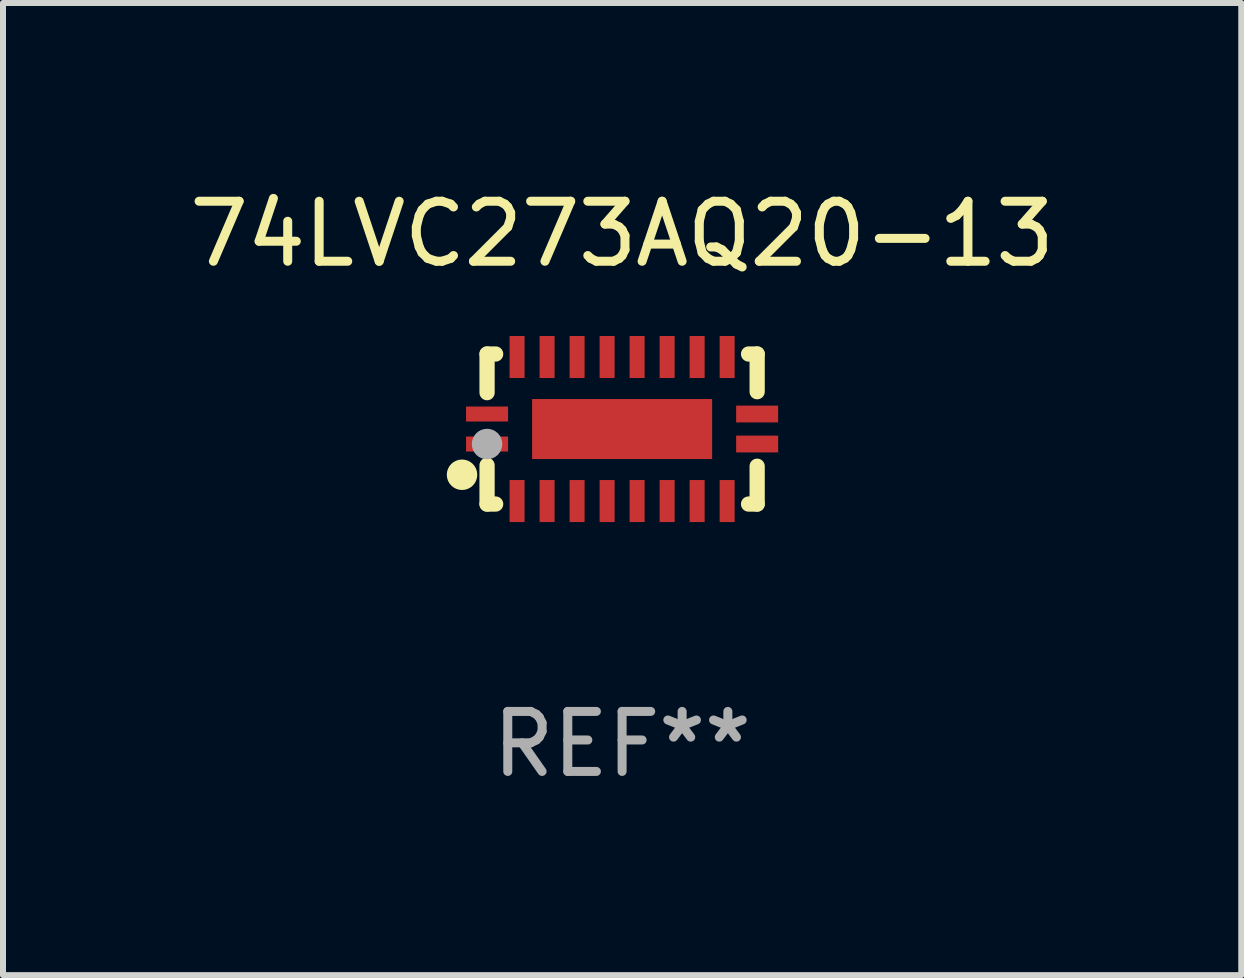
<source format=kicad_pcb>
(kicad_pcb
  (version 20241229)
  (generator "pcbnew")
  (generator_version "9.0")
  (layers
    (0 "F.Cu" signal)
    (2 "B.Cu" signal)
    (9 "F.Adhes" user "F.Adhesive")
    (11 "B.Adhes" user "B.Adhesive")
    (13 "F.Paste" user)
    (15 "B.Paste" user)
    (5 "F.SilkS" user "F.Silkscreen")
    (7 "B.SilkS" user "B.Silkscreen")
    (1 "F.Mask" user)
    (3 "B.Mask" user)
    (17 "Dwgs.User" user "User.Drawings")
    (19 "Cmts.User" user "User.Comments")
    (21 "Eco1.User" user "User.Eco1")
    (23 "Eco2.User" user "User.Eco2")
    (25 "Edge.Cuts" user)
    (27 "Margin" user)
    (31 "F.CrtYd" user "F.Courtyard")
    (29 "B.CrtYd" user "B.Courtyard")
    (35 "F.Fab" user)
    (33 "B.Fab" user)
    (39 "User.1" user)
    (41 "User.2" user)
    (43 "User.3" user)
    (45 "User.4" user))
  (footprint "74LVC273AQ20-13"
    (layer "F.Cu")
    (at 7.315 4.098)
    (property "Reference" "74LVC273AQ20-13" (at 0 -3.25 0) (layer "F.SilkS") (effects (font (size 1 1) (thickness 0.15))))
    (attr through_hole)
    (fp_line (start -2.25 0.605) (end -2.25 1.25) (stroke (width 0.254) (type solid)) (layer "F.SilkS"))
    (fp_line (start -2.25 1.25) (end -2.107 1.25) (stroke (width 0.254) (type solid)) (layer "F.SilkS"))
    (fp_line (start -2.25 -1.25) (end -2.25 -0.606) (stroke (width 0.254) (type solid)) (layer "F.SilkS"))
    (fp_line (start -2.25 -1.25) (end -2.107 -1.25) (stroke (width 0.254) (type solid)) (layer "F.SilkS"))
    (fp_line (start 2.107 -1.25) (end 2.25 -1.25) (stroke (width 0.254) (type solid)) (layer "F.SilkS"))
    (fp_line (start 2.107 1.25) (end 2.25 1.25) (stroke (width 0.254) (type solid)) (layer "F.SilkS"))
    (fp_line (start 2.25 -1.25) (end 2.25 -0.622) (stroke (width 0.254) (type solid)) (layer "F.SilkS"))
    (fp_line (start 2.25 0.62) (end 2.25 1.25) (stroke (width 0.254) (type solid)) (layer "F.SilkS"))
    (fp_circle (center -2.667 0.762) (end -2.54 0.762) (stroke (width 0.254) (type solid)) (fill no) (layer "F.SilkS"))
    (fp_circle (center -2.25 1.25) (end -2.22 1.25) (stroke (width 0.06) (type solid)) (fill no) (layer "F.SilkS"))
    (fp_circle (center -2.25 0.25) (end -2.123 0.25) (stroke (width 0.254) (type solid)) (fill no) (layer "F.Fab"))
    (fp_text user "REF**" (at 0 5.25 0) (layer "F.Fab") (effects (font (size 1 1) (thickness 0.15))))
    (pad "1" smd rect (at -2.25 0.25 180) (size 0.7 0.25) (layers "F.Cu" "F.Mask" "F.Paste"))
    (pad "2" smd rect (at -1.75 1.2 90) (size 0.7 0.25) (layers "F.Cu" "F.Mask" "F.Paste"))
    (pad "3" smd rect (at -1.25 1.2 90) (size 0.7 0.25) (layers "F.Cu" "F.Mask" "F.Paste"))
    (pad "4" smd rect (at -0.75 1.2 90) (size 0.7 0.25) (layers "F.Cu" "F.Mask" "F.Paste"))
    (pad "5" smd rect (at -0.25 1.2 90) (size 0.7 0.25) (layers "F.Cu" "F.Mask" "F.Paste"))
    (pad "6" smd rect (at 0.25 1.2 90) (size 0.7 0.25) (layers "F.Cu" "F.Mask" "F.Paste"))
    (pad "7" smd rect (at 0.75 1.2 90) (size 0.7 0.25) (layers "F.Cu" "F.Mask" "F.Paste"))
    (pad "8" smd rect (at 1.25 1.2 90) (size 0.7 0.25) (layers "F.Cu" "F.Mask" "F.Paste"))
    (pad "9" smd rect (at 1.75 1.2 90) (size 0.7 0.25) (layers "F.Cu" "F.Mask" "F.Paste"))
    (pad "10" smd rect (at 2.25 0.25 180) (size 0.7 0.28) (layers "F.Cu" "F.Mask" "F.Paste"))
    (pad "11" smd rect (at 2.25 -0.25 180) (size 0.7 0.28) (layers "F.Cu" "F.Mask" "F.Paste"))
    (pad "12" smd rect (at 1.75 -1.2 90) (size 0.7 0.25) (layers "F.Cu" "F.Mask" "F.Paste"))
    (pad "13" smd rect (at 1.25 -1.2 90) (size 0.7 0.25) (layers "F.Cu" "F.Mask" "F.Paste"))
    (pad "14" smd rect (at 0.75 -1.2 90) (size 0.7 0.25) (layers "F.Cu" "F.Mask" "F.Paste"))
    (pad "15" smd rect (at 0.25 -1.2 90) (size 0.7 0.25) (layers "F.Cu" "F.Mask" "F.Paste"))
    (pad "16" smd rect (at -0.25 -1.2 90) (size 0.7 0.25) (layers "F.Cu" "F.Mask" "F.Paste"))
    (pad "17" smd rect (at -0.75 -1.2 90) (size 0.7 0.25) (layers "F.Cu" "F.Mask" "F.Paste"))
    (pad "18" smd rect (at -1.25 -1.2 90) (size 0.7 0.25) (layers "F.Cu" "F.Mask" "F.Paste"))
    (pad "19" smd rect (at -1.75 -1.2 90) (size 0.7 0.25) (layers "F.Cu" "F.Mask" "F.Paste"))
    (pad "20" smd rect (at -2.25 -0.25 180) (size 0.7 0.25) (layers "F.Cu" "F.Mask" "F.Paste"))
    (pad "21" smd rect (at 0 -0.000013 180) (size 3 1) (layers "F.Cu" "F.Mask" "F.Paste")))
  (gr_rect
    (start -3 -3)
    (end 17.631 13.197)
    (stroke (width 0.1) (type default))
    (fill no)
    (layer "Edge.Cuts")))
</source>
